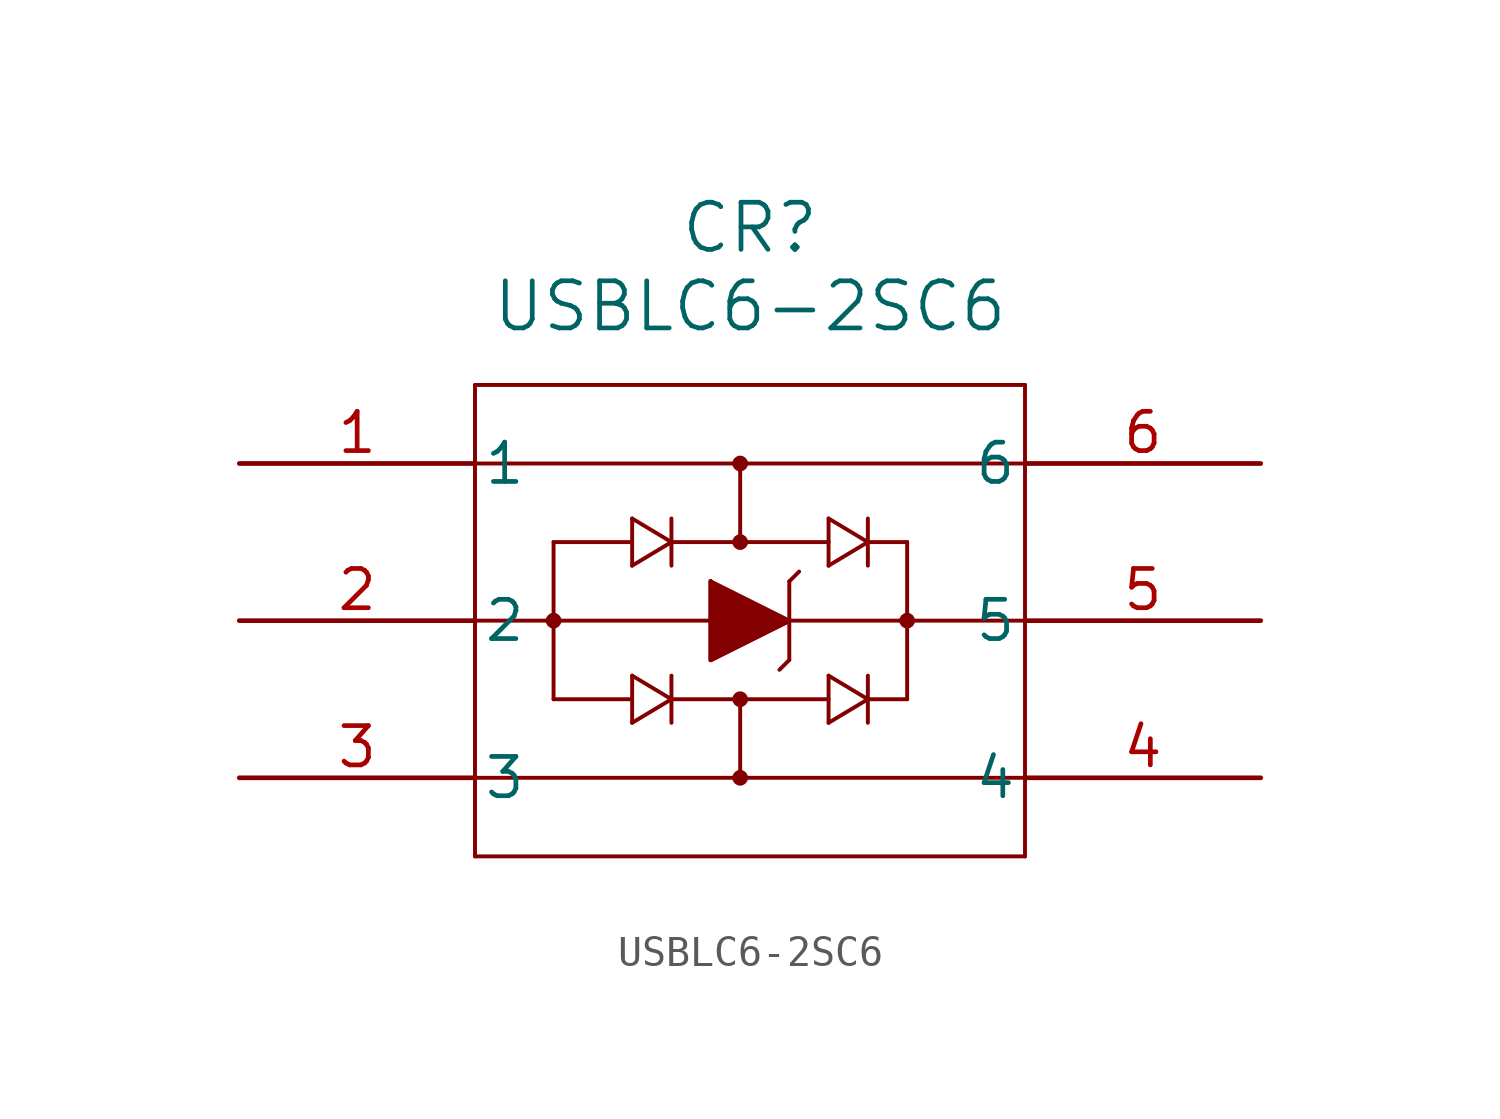
<source format=kicad_sym>
(kicad_symbol_lib
  (version 20211014)
  (generator kicad_symbol_editor)
  (symbol "USBLC6-2SC6"
    (pin_names
      (offset 0.254))
    (property "Reference" "CR"
      (at 16.51 7.62 0)
      (effects (font (size 1.524 1.524))))
    (property "Value" "USBLC6-2SC6"
      (at 16.51 5.08 0)
      (effects (font (size 1.524 1.524))))
    (symbol "USBLC6-2SC6_0_1"
      (polyline (pts (xy 7.62 2.54) (xy 7.62 -12.7)) (stroke (width 0.127) (type default) (color 0 0 0 0)) (fill (type none)))
      (polyline (pts (xy 7.62 -12.7) (xy 25.4 -12.7)) (stroke (width 0.127) (type default) (color 0 0 0 0)) (fill (type none)))
      (polyline (pts (xy 25.4 -12.7) (xy 25.4 2.54)) (stroke (width 0.127) (type default) (color 0 0 0 0)) (fill (type none)))
      (polyline (pts (xy 25.4 2.54) (xy 7.62 2.54)) (stroke (width 0.127) (type default) (color 0 0 0 0)) (fill (type none)))
      (polyline (pts (xy 7.62 -5.08) (xy 25.4 -5.08)) (stroke (width 0.127) (type default) (color 0 0 0 0)) (fill (type none)))
      (polyline (pts (xy 15.24 -3.81) (xy 15.24 -6.35)) (stroke (width 0.127) (type default) (color 0 0 0 0)) (fill (type none)))
      (polyline (pts (xy 15.24 -6.35) (xy 17.78 -5.08)) (stroke (width 0.127) (type default) (color 0 0 0 0)) (fill (type none)))
      (polyline (pts (xy 17.78 -5.08) (xy 15.24 -3.81)) (stroke (width 0.127) (type default) (color 0 0 0 0)) (fill (type none)))
      (polyline (pts (xy 17.78 -3.81) (xy 17.78 -6.35)) (stroke (width 0.127) (type default) (color 0 0 0 0)) (fill (type none)))
      (polyline (pts (xy 15.24 -3.81) (xy 15.24 -6.35) (xy 17.78 -5.08)) (stroke (width 0) (type default) (color 0 0 0 0)) (fill (type outline)))
      (polyline (pts (xy 17.78 -3.81) (xy 18.098 -3.493)) (stroke (width 0.127) (type default) (color 0 0 0 0)) (fill (type none)))
      (polyline (pts (xy 17.78 -6.35) (xy 17.462 -6.668)) (stroke (width 0.127) (type default) (color 0 0 0 0)) (fill (type none)))
      (circle (center 16.192 -2.54) (radius 0.127) (stroke (width 0.254) (type default) (color 0 0 0 0)) (fill (type none)))
      (circle (center 16.192 -7.62) (radius 0.127) (stroke (width 0.254) (type default) (color 0 0 0 0)) (fill (type none)))
      (polyline (pts (xy 7.62 0) (xy 25.4 0)) (stroke (width 0.127) (type default) (color 0 0 0 0)) (fill (type none)))
      (polyline (pts (xy 7.62 -10.16) (xy 25.4 -10.16)) (stroke (width 0.127) (type default) (color 0 0 0 0)) (fill (type none)))
      (polyline (pts (xy 13.97 -2.54) (xy 19.05 -2.54)) (stroke (width 0.127) (type default) (color 0 0 0 0)) (fill (type none)))
      (polyline (pts (xy 10.16 -2.54) (xy 10.16 -7.62)) (stroke (width 0.127) (type default) (color 0 0 0 0)) (fill (type none)))
      (polyline (pts (xy 21.59 -7.62) (xy 21.59 -2.54)) (stroke (width 0.127) (type default) (color 0 0 0 0)) (fill (type none)))
      (polyline (pts (xy 16.192 -2.54) (xy 16.192 0)) (stroke (width 0.127) (type default) (color 0 0 0 0)) (fill (type none)))
      (polyline (pts (xy 12.7 -2.54) (xy 10.16 -2.54)) (stroke (width 0.127) (type default) (color 0 0 0 0)) (fill (type none)))
      (polyline (pts (xy 12.7 -1.778) (xy 12.7 -3.302)) (stroke (width 0.127) (type default) (color 0 0 0 0)) (fill (type none)))
      (polyline (pts (xy 12.7 -3.302) (xy 13.97 -2.54)) (stroke (width 0.127) (type default) (color 0 0 0 0)) (fill (type none)))
      (polyline (pts (xy 13.97 -2.54) (xy 12.7 -1.778)) (stroke (width 0.127) (type default) (color 0 0 0 0)) (fill (type none)))
      (polyline (pts (xy 13.97 -1.778) (xy 13.97 -3.302)) (stroke (width 0.127) (type default) (color 0 0 0 0)) (fill (type none)))
      (polyline (pts (xy 16.192 -7.62) (xy 16.192 -10.16)) (stroke (width 0.127) (type default) (color 0 0 0 0)) (fill (type none)))
      (circle (center 16.192 0) (radius 0.127) (stroke (width 0.254) (type default) (color 0 0 0 0)) (fill (type none)))
      (circle (center 16.192 -10.16) (radius 0.127) (stroke (width 0.254) (type default) (color 0 0 0 0)) (fill (type none)))
      (circle (center 21.59 -5.08) (radius 0.127) (stroke (width 0.254) (type default) (color 0 0 0 0)) (fill (type none)))
      (polyline (pts (xy 19.05 -3.302) (xy 19.05 -1.778)) (stroke (width 0.127) (type default) (color 0 0 0 0)) (fill (type none)))
      (polyline (pts (xy 19.05 -1.778) (xy 20.32 -2.54)) (stroke (width 0.127) (type default) (color 0 0 0 0)) (fill (type none)))
      (polyline (pts (xy 20.32 -2.54) (xy 19.05 -3.302)) (stroke (width 0.127) (type default) (color 0 0 0 0)) (fill (type none)))
      (polyline (pts (xy 20.32 -3.302) (xy 20.32 -1.778)) (stroke (width 0.127) (type default) (color 0 0 0 0)) (fill (type none)))
      (polyline (pts (xy 20.32 -2.54) (xy 21.59 -2.54)) (stroke (width 0.127) (type default) (color 0 0 0 0)) (fill (type none)))
      (polyline (pts (xy 10.16 -7.62) (xy 12.7 -7.62)) (stroke (width 0.127) (type default) (color 0 0 0 0)) (fill (type none)))
      (polyline (pts (xy 13.97 -7.62) (xy 19.05 -7.62)) (stroke (width 0.127) (type default) (color 0 0 0 0)) (fill (type none)))
      (polyline (pts (xy 12.7 -6.858) (xy 12.7 -8.382)) (stroke (width 0.127) (type default) (color 0 0 0 0)) (fill (type none)))
      (polyline (pts (xy 12.7 -8.382) (xy 13.97 -7.62)) (stroke (width 0.127) (type default) (color 0 0 0 0)) (fill (type none)))
      (polyline (pts (xy 13.97 -7.62) (xy 12.7 -6.858)) (stroke (width 0.127) (type default) (color 0 0 0 0)) (fill (type none)))
      (polyline (pts (xy 13.97 -6.858) (xy 13.97 -8.382)) (stroke (width 0.127) (type default) (color 0 0 0 0)) (fill (type none)))
      (polyline (pts (xy 19.05 -8.382) (xy 19.05 -6.858)) (stroke (width 0.127) (type default) (color 0 0 0 0)) (fill (type none)))
      (polyline (pts (xy 19.05 -6.858) (xy 20.32 -7.62)) (stroke (width 0.127) (type default) (color 0 0 0 0)) (fill (type none)))
      (polyline (pts (xy 20.32 -7.62) (xy 19.05 -8.382)) (stroke (width 0.127) (type default) (color 0 0 0 0)) (fill (type none)))
      (polyline (pts (xy 20.32 -8.382) (xy 20.32 -6.858)) (stroke (width 0.127) (type default) (color 0 0 0 0)) (fill (type none)))
      (polyline (pts (xy 20.32 -7.62) (xy 21.59 -7.62)) (stroke (width 0.127) (type default) (color 0 0 0 0)) (fill (type none)))
      (circle (center 10.16 -5.08) (radius 0.127) (stroke (width 0.254) (type default) (color 0 0 0 0)) (fill (type none)))
      (pin unspecified line (at 0 0 0) (length 7.62) (name "1" (effects (font (size 1.27 1.27)))) (number "1" (effects (font (size 1.27 1.27)))))
      (pin unspecified line (at 0 -5.08 0) (length 7.62) (name "2" (effects (font (size 1.27 1.27)))) (number "2" (effects (font (size 1.27 1.27)))))
      (pin unspecified line (at 0 -10.16 0) (length 7.62) (name "3" (effects (font (size 1.27 1.27)))) (number "3" (effects (font (size 1.27 1.27)))))
      (pin unspecified line (at 33.02 -10.16 180) (length 7.62) (name "4" (effects (font (size 1.27 1.27)))) (number "4" (effects (font (size 1.27 1.27)))))
      (pin unspecified line (at 33.02 -5.08 180) (length 7.62) (name "5" (effects (font (size 1.27 1.27)))) (number "5" (effects (font (size 1.27 1.27)))))
      (pin unspecified line (at 33.02 0 180) (length 7.62) (name "6" (effects (font (size 1.27 1.27)))) (number "6" (effects (font (size 1.27 1.27))))))))
</source>
